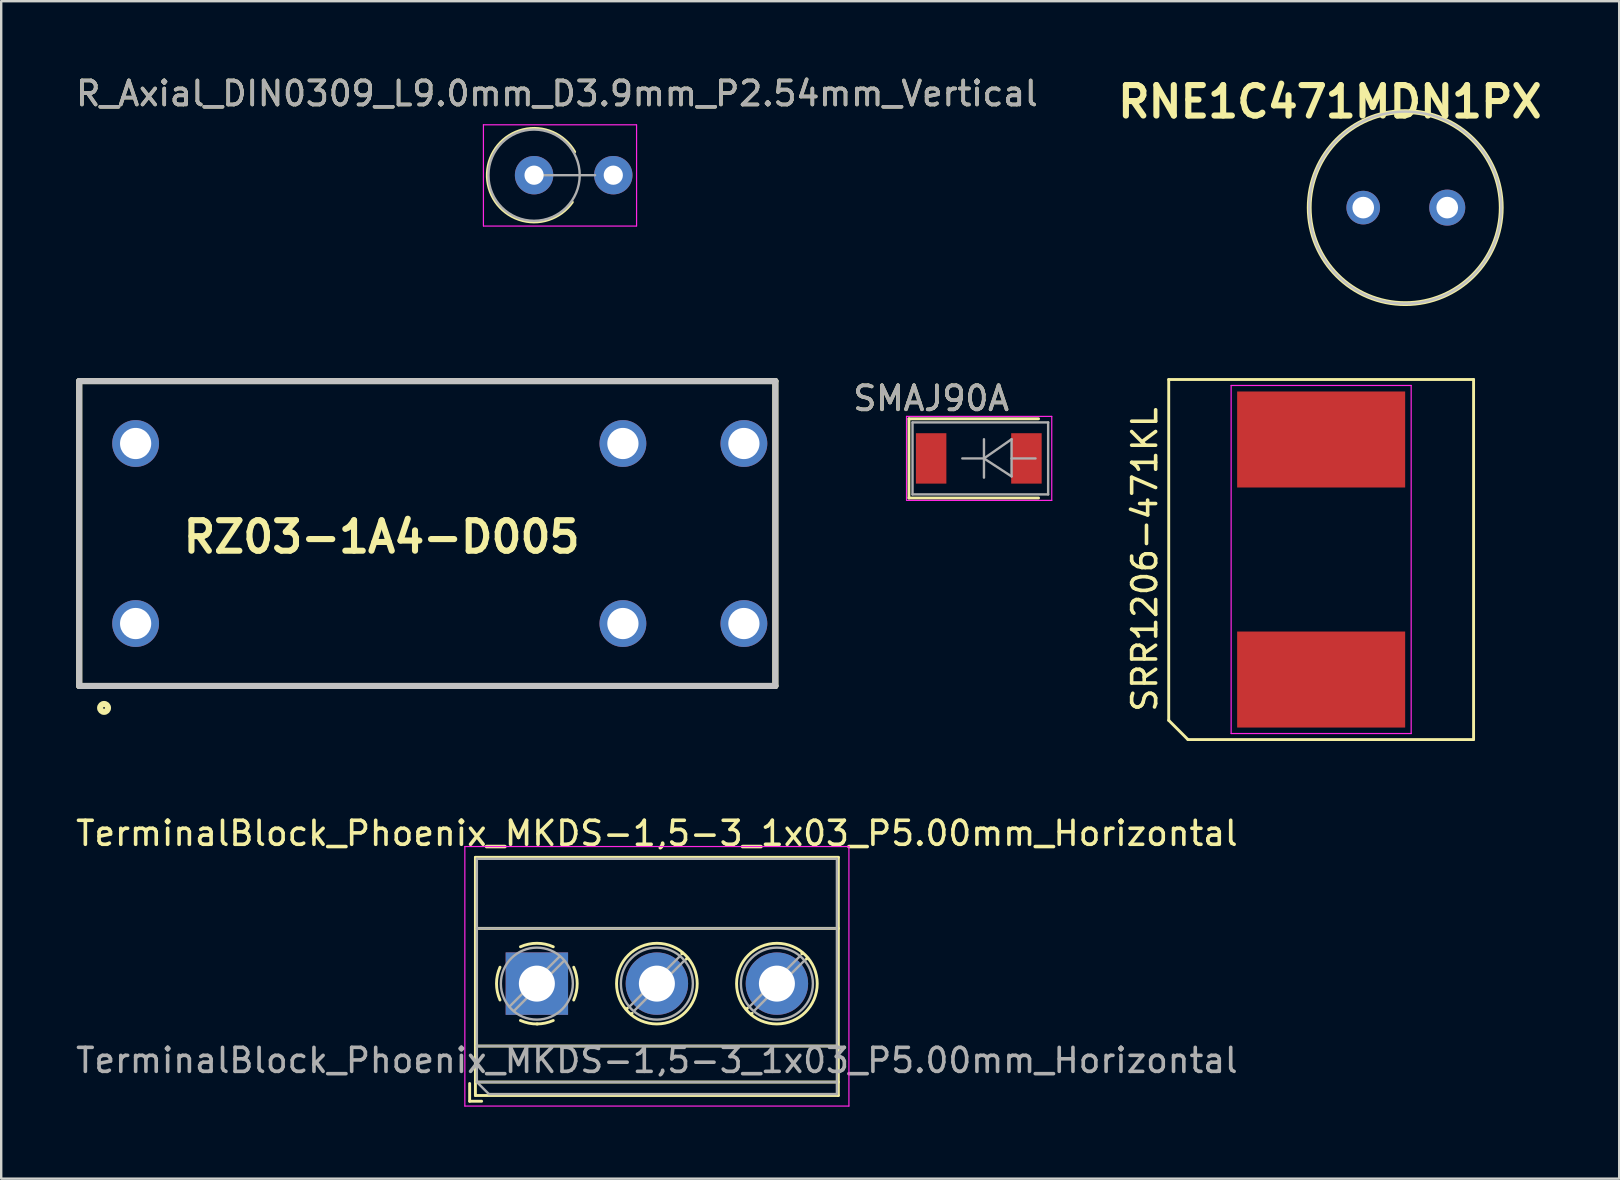
<source format=kicad_pcb>
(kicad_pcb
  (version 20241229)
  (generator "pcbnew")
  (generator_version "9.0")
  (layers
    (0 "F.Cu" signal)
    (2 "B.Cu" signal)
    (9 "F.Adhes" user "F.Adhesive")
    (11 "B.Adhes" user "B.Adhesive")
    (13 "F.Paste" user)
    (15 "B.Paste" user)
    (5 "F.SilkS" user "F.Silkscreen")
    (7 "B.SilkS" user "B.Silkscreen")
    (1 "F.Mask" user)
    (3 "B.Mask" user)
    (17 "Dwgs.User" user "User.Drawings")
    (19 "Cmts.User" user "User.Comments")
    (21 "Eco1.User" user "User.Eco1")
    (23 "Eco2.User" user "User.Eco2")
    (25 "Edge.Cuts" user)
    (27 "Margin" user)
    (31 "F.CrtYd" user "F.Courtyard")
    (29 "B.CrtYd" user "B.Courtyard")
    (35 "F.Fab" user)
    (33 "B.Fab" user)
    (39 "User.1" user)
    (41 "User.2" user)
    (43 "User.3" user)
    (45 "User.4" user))
  (footprint "SRR1206-471KL"
    (layer "F.Cu")
    (at 51.988 20.259)
    (property "Reference" "SRR1206-471KL" (at -7.35 0 90) (layer "F.SilkS") (effects (font (size 1 1) (thickness 0.15))))
    (attr smd)
    (fp_line (start -6.35 -7.5) (end 6.35 -7.5) (stroke (width 0.12) (type solid)) (layer "F.SilkS"))
    (fp_line (start -6.35 6.7) (end -6.35 -7.5) (stroke (width 0.12) (type solid)) (layer "F.SilkS"))
    (fp_line (start -5.55 7.5) (end -6.35 6.7) (stroke (width 0.12) (type solid)) (layer "F.SilkS"))
    (fp_line (start 6.35 -7.5) (end 6.35 7.5) (stroke (width 0.12) (type solid)) (layer "F.SilkS"))
    (fp_line (start 6.35 7.5) (end -5.55 7.5) (stroke (width 0.12) (type solid)) (layer "F.SilkS"))
    (fp_line (start -3.75 -7.25) (end 3.75 -7.25) (stroke (width 0.05) (type solid)) (layer "F.CrtYd"))
    (fp_line (start -3.75 7.25) (end -3.75 -7.25) (stroke (width 0.05) (type solid)) (layer "F.CrtYd"))
    (fp_line (start 3.75 -7.25) (end 3.75 7.25) (stroke (width 0.05) (type solid)) (layer "F.CrtYd"))
    (fp_line (start 3.75 7.25) (end -3.75 7.25) (stroke (width 0.05) (type solid)) (layer "F.CrtYd"))
    (pad "1" smd rect (at 0 5) (size 7 4) (layers "F.Cu" "F.Mask" "F.Paste"))
    (pad "2" smd rect (at 0 -5) (size 7 4) (layers "F.Cu" "F.Mask" "F.Paste")))
  (footprint "TerminalBlock_Phoenix_MKDS-1,5-3_1x03_P5.00mm_Horizontal"
    (layer "F.Cu")
    (at 19.315 37.927)
    (property "Reference" "TerminalBlock_Phoenix_MKDS-1,5-3_1x03_P5.00mm_Horizontal" (at 5 -6.26 0) (layer "F.SilkS") (effects (font (size 1 1) (thickness 0.15))))
    (attr through_hole)
    (fp_line (start -2.8 4.16) (end -2.8 4.9) (stroke (width 0.12) (type solid)) (layer "F.SilkS"))
    (fp_line (start -2.8 4.9) (end -2.3 4.9) (stroke (width 0.12) (type solid)) (layer "F.SilkS"))
    (fp_line (start -2.56 -5.261) (end -2.56 4.66) (stroke (width 0.12) (type solid)) (layer "F.SilkS"))
    (fp_line (start -2.56 -5.261) (end 12.56 -5.261) (stroke (width 0.12) (type solid)) (layer "F.SilkS"))
    (fp_line (start -2.56 -2.301) (end 12.56 -2.301) (stroke (width 0.12) (type solid)) (layer "F.SilkS"))
    (fp_line (start -2.56 2.6) (end 12.56 2.6) (stroke (width 0.12) (type solid)) (layer "F.SilkS"))
    (fp_line (start -2.56 4.1) (end 12.56 4.1) (stroke (width 0.12) (type solid)) (layer "F.SilkS"))
    (fp_line (start -2.56 4.66) (end 12.56 4.66) (stroke (width 0.12) (type solid)) (layer "F.SilkS"))
    (fp_line (start 3.773 1.023) (end 3.726 1.069) (stroke (width 0.12) (type solid)) (layer "F.SilkS"))
    (fp_line (start 3.966 1.239) (end 3.931 1.274) (stroke (width 0.12) (type solid)) (layer "F.SilkS"))
    (fp_line (start 6.07 -1.275) (end 6.035 -1.239) (stroke (width 0.12) (type solid)) (layer "F.SilkS"))
    (fp_line (start 6.275 -1.069) (end 6.228 -1.023) (stroke (width 0.12) (type solid)) (layer "F.SilkS"))
    (fp_line (start 8.773 1.023) (end 8.726 1.069) (stroke (width 0.12) (type solid)) (layer "F.SilkS"))
    (fp_line (start 8.966 1.239) (end 8.931 1.274) (stroke (width 0.12) (type solid)) (layer "F.SilkS"))
    (fp_line (start 11.07 -1.275) (end 11.035 -1.239) (stroke (width 0.12) (type solid)) (layer "F.SilkS"))
    (fp_line (start 11.275 -1.069) (end 11.228 -1.023) (stroke (width 0.12) (type solid)) (layer "F.SilkS"))
    (fp_line (start 12.56 -5.261) (end 12.56 4.66) (stroke (width 0.12) (type solid)) (layer "F.SilkS"))
    (fp_arc (start -1.535427 0.683042) (mid -1.680501 -0.000524) (end -1.535 -0.684) (stroke (width 0.12) (type solid)) (layer "F.SilkS"))
    (fp_arc (start -0.683042 -1.535427) (mid 0.000524 -1.680501) (end 0.684 -1.535) (stroke (width 0.12) (type solid)) (layer "F.SilkS"))
    (fp_arc (start 0.028805 1.680253) (mid -0.335551 1.646659) (end -0.684 1.535) (stroke (width 0.12) (type solid)) (layer "F.SilkS"))
    (fp_arc (start 0.683318 1.534756) (mid 0.349292 1.643288) (end 0 1.68) (stroke (width 0.12) (type solid)) (layer "F.SilkS"))
    (fp_arc (start 1.535427 -0.683042) (mid 1.680501 0.000524) (end 1.535 0.684) (stroke (width 0.12) (type solid)) (layer "F.SilkS"))
    (fp_circle (center 5 0) (end 6.68 0) (stroke (width 0.12) (type solid)) (fill no) (layer "F.SilkS"))
    (fp_circle (center 10 0) (end 11.68 0) (stroke (width 0.12) (type solid)) (fill no) (layer "F.SilkS"))
    (fp_line (start -3 -5.71) (end -3 5.1) (stroke (width 0.05) (type solid)) (layer "F.CrtYd"))
    (fp_line (start -3 5.1) (end 13 5.1) (stroke (width 0.05) (type solid)) (layer "F.CrtYd"))
    (fp_line (start 13 -5.71) (end -3 -5.71) (stroke (width 0.05) (type solid)) (layer "F.CrtYd"))
    (fp_line (start 13 5.1) (end 13 -5.71) (stroke (width 0.05) (type solid)) (layer "F.CrtYd"))
    (fp_line (start -2.5 -5.2) (end 12.5 -5.2) (stroke (width 0.1) (type solid)) (layer "F.Fab"))
    (fp_line (start -2.5 -2.3) (end 12.5 -2.3) (stroke (width 0.1) (type solid)) (layer "F.Fab"))
    (fp_line (start -2.5 2.6) (end 12.5 2.6) (stroke (width 0.1) (type solid)) (layer "F.Fab"))
    (fp_line (start -2.5 4.1) (end -2.5 -5.2) (stroke (width 0.1) (type solid)) (layer "F.Fab"))
    (fp_line (start -2.5 4.1) (end 12.5 4.1) (stroke (width 0.1) (type solid)) (layer "F.Fab"))
    (fp_line (start -2 4.6) (end -2.5 4.1) (stroke (width 0.1) (type solid)) (layer "F.Fab"))
    (fp_line (start 0.955 -1.138) (end -1.138 0.955) (stroke (width 0.1) (type solid)) (layer "F.Fab"))
    (fp_line (start 1.138 -0.955) (end -0.955 1.138) (stroke (width 0.1) (type solid)) (layer "F.Fab"))
    (fp_line (start 5.955 -1.138) (end 3.863 0.955) (stroke (width 0.1) (type solid)) (layer "F.Fab"))
    (fp_line (start 6.138 -0.955) (end 4.046 1.138) (stroke (width 0.1) (type solid)) (layer "F.Fab"))
    (fp_line (start 10.955 -1.138) (end 8.863 0.955) (stroke (width 0.1) (type solid)) (layer "F.Fab"))
    (fp_line (start 11.138 -0.955) (end 9.046 1.138) (stroke (width 0.1) (type solid)) (layer "F.Fab"))
    (fp_line (start 12.5 -5.2) (end 12.5 4.6) (stroke (width 0.1) (type solid)) (layer "F.Fab"))
    (fp_line (start 12.5 4.6) (end -2 4.6) (stroke (width 0.1) (type solid)) (layer "F.Fab"))
    (fp_circle (center 0 0) (end 1.5 0) (stroke (width 0.1) (type solid)) (fill no) (layer "F.Fab"))
    (fp_circle (center 5 0) (end 6.5 0) (stroke (width 0.1) (type solid)) (fill no) (layer "F.Fab"))
    (fp_circle (center 10 0) (end 11.5 0) (stroke (width 0.1) (type solid)) (fill no) (layer "F.Fab"))
    (fp_text user "${REFERENCE}" (at 5 3.2 0) (layer "F.Fab") (effects (font (size 1 1) (thickness 0.15))))
    (pad "1" thru_hole rect (at 0 0) (size 2.6 2.6) (drill 1.5) (layers "*.Cu" "*.Mask"))
    (pad "2" thru_hole circle (at 5 0) (size 2.6 2.6) (drill 1.5) (layers "*.Cu" "*.Mask"))
    (pad "3" thru_hole circle (at 10 0) (size 2.6 2.6) (drill 1.5) (layers "*.Cu" "*.Mask")))
  (footprint "R_Axial_DIN0309_L9.0mm_D3.9mm_P2.54mm_Vertical"
    (layer "F.Cu")
    (at 19.199 4.248)
    (property "Reference" "R_Axial_DIN0309_L9.0mm_D3.9mm_P2.54mm_Vertical" (at 0.95 -3.4 0) (layer "F.SilkS") (effects (font (size 1 1) (thickness 0.15))))
    (attr through_hole)
    (fp_arc (start 1.593043 1.122144) (mid -1.946498 -0.090206) (end 1.689999 -0.969999) (stroke (width 0.12) (type solid)) (layer "F.SilkS"))
    (fp_line (start -2.11 -2.1) (end -2.11 2.12) (stroke (width 0.05) (type solid)) (layer "F.CrtYd"))
    (fp_line (start -2.1 2.12) (end 4.27 2.12) (stroke (width 0.05) (type solid)) (layer "F.CrtYd"))
    (fp_line (start 4.26 -2.1) (end -2.11 -2.1) (stroke (width 0.05) (type solid)) (layer "F.CrtYd"))
    (fp_line (start 4.27 2.11) (end 4.27 -2.1) (stroke (width 0.05) (type solid)) (layer "F.CrtYd"))
    (fp_line (start 0 0) (end 2.54 0) (stroke (width 0.1) (type solid)) (layer "F.Fab"))
    (fp_circle (center 0 0) (end 1.72 -0.81) (stroke (width 0.1) (type solid)) (fill no) (layer "F.Fab"))
    (fp_text user "${REFERENCE}" (at 0.95 -3.4 0) (layer "F.Fab") (effects (font (size 1 1) (thickness 0.15))))
    (pad "1" thru_hole circle (at 0 0) (size 1.6 1.6) (drill 0.8) (layers "*.Cu" "*.Mask"))
    (pad "2" thru_hole oval (at 3.3 0) (size 1.6 1.6) (drill 0.8) (layers "*.Cu" "*.Mask")))
  (footprint "RZ03-1A4-D005"
    (layer "F.Cu")
    (at 0.25 25.526)
    (property "Reference" "RZ03-1A4-D005" (at 12.598 -6.209 0) (layer "F.SilkS") (effects (font (size 1.27 1.27) (thickness 0.254))))
    (attr through_hole)
    (fp_line (start 0 -12.7) (end 0 0) (stroke (width 0.254) (type solid)) (layer "F.SilkS"))
    (fp_line (start 0 0) (end 29 0) (stroke (width 0.254) (type solid)) (layer "F.SilkS"))
    (fp_line (start 29 -12.7) (end 0 -12.7) (stroke (width 0.254) (type solid)) (layer "F.SilkS"))
    (fp_line (start 29 0) (end 29 -12.7) (stroke (width 0.254) (type solid)) (layer "F.SilkS"))
    (fp_circle (center 1.035 0.915) (end 1.035 1.079) (stroke (width 0.254) (type solid)) (fill no) (layer "F.SilkS"))
    (fp_line (start 0 -12.7) (end 29 -12.7) (stroke (width 0.254) (type solid)) (layer "Dwgs.User"))
    (fp_line (start 0 0) (end 0 -12.7) (stroke (width 0.254) (type solid)) (layer "Dwgs.User"))
    (fp_line (start 29 -12.7) (end 29 0) (stroke (width 0.254) (type solid)) (layer "Dwgs.User"))
    (fp_line (start 29 0) (end 0 0) (stroke (width 0.254) (type solid)) (layer "Dwgs.User"))
    (pad "1" thru_hole circle (at 2.35 -2.6) (size 1.95 1.95) (drill 1.3) (layers "*.Cu" "*.Mask"))
    (pad "2" thru_hole circle (at 22.65 -2.6) (size 1.95 1.95) (drill 1.3) (layers "*.Cu" "*.Mask"))
    (pad "3" thru_hole circle (at 27.69 -2.6) (size 1.95 1.95) (drill 1.3) (layers "*.Cu" "*.Mask"))
    (pad "4" thru_hole circle (at 27.69 -10.1) (size 1.95 1.95) (drill 1.3) (layers "*.Cu" "*.Mask"))
    (pad "5" thru_hole circle (at 22.65 -10.1) (size 1.95 1.95) (drill 1.3) (layers "*.Cu" "*.Mask"))
    (pad "6" thru_hole circle (at 2.35 -10.1) (size 1.95 1.95) (drill 1.3) (layers "*.Cu" "*.Mask")))
  (footprint "SMAJ90A"
    (layer "F.Cu")
    (at 35.74 16.047)
    (property "Reference" "SMAJ90A" (at 0 -2.5 0) (layer "F.SilkS") (effects (font (size 1 1) (thickness 0.15))))
    (attr smd)
    (fp_line (start -0.925 -1.65) (end -0.925 1.65) (stroke (width 0.12) (type solid)) (layer "F.SilkS"))
    (fp_line (start -0.925 -1.65) (end 4.475 -1.65) (stroke (width 0.12) (type solid)) (layer "F.SilkS"))
    (fp_line (start -0.925 1.65) (end 4.475 1.65) (stroke (width 0.12) (type solid)) (layer "F.SilkS"))
    (fp_line (start -1.025 -1.75) (end 5.025 -1.75) (stroke (width 0.05) (type solid)) (layer "F.CrtYd"))
    (fp_line (start -1.025 1.725) (end -1.025 -1.75) (stroke (width 0.05) (type solid)) (layer "F.CrtYd"))
    (fp_line (start 5.025 -1.75) (end 5.025 1.75) (stroke (width 0.05) (type solid)) (layer "F.CrtYd"))
    (fp_line (start 5.025 1.75) (end -1.025 1.75) (stroke (width 0.05) (type solid)) (layer "F.CrtYd"))
    (fp_line (start -0.775 1.5) (end -0.775 -1.5) (stroke (width 0.1) (type solid)) (layer "F.Fab"))
    (fp_line (start 2.201 -0.799) (end 2.201 0.801) (stroke (width 0.1) (type solid)) (layer "F.Fab"))
    (fp_line (start 2.201 0.001) (end 1.299 0.001) (stroke (width 0.1) (type solid)) (layer "F.Fab"))
    (fp_line (start 2.201 0.001) (end 3.351 -0.799) (stroke (width 0.1) (type solid)) (layer "F.Fab"))
    (fp_line (start 2.201 0.001) (end 3.351 0.75) (stroke (width 0.1) (type solid)) (layer "F.Fab"))
    (fp_line (start 3.351 0.001) (end 4.349 0.001) (stroke (width 0.1) (type solid)) (layer "F.Fab"))
    (fp_line (start 3.351 0.75) (end 3.351 -0.799) (stroke (width 0.1) (type solid)) (layer "F.Fab"))
    (fp_line (start 4.875 -1.5) (end -0.775 -1.5) (stroke (width 0.1) (type solid)) (layer "F.Fab"))
    (fp_line (start 4.875 -1.5) (end 4.875 1.5) (stroke (width 0.1) (type solid)) (layer "F.Fab"))
    (fp_line (start 4.875 1.5) (end -0.775 1.5) (stroke (width 0.1) (type solid)) (layer "F.Fab"))
    (fp_text user "${REFERENCE}" (at 0 -2.5 0) (layer "F.Fab") (effects (font (size 1 1) (thickness 0.15))))
    (pad "1" smd rect (at 0 0) (size 1.27 2.1) (layers "F.Cu" "F.Mask" "F.Paste"))
    (pad "2" smd rect (at 3.97 0) (size 1.27 2.1) (layers "F.Cu" "F.Mask" "F.Paste")))
  (footprint "RNE1C471MDN1PX"
    (layer "F.Cu")
    (at 53.741 5.599)
    (property "Reference" "RNE1C471MDN1PX" (at -1.39 -4.41 0) (layer "F.SilkS") (effects (font (size 1.27 1.27) (thickness 0.254))))
    (attr through_hole)
    (fp_circle (center 1.75 0) (end 1.75 4) (stroke (width 0.2) (type solid)) (fill no) (layer "F.SilkS"))
    (fp_circle (center 1.75 0) (end 1.75 4) (stroke (width 0.1) (type solid)) (fill no) (layer "Dwgs.User"))
    (pad "1" thru_hole circle (at 0 0) (size 1.4 1.4) (drill 0.9) (layers "*.Cu" "*.Mask"))
    (pad "2" thru_hole circle (at 3.5 0) (size 1.5 1.5) (drill 0.9) (layers "*.Cu" "*.Mask")))
  (gr_rect
    (start -3 -3)
    (end 64.404 46.052)
    (stroke (width 0.1) (type default))
    (fill no)
    (layer "Edge.Cuts")))
</source>
